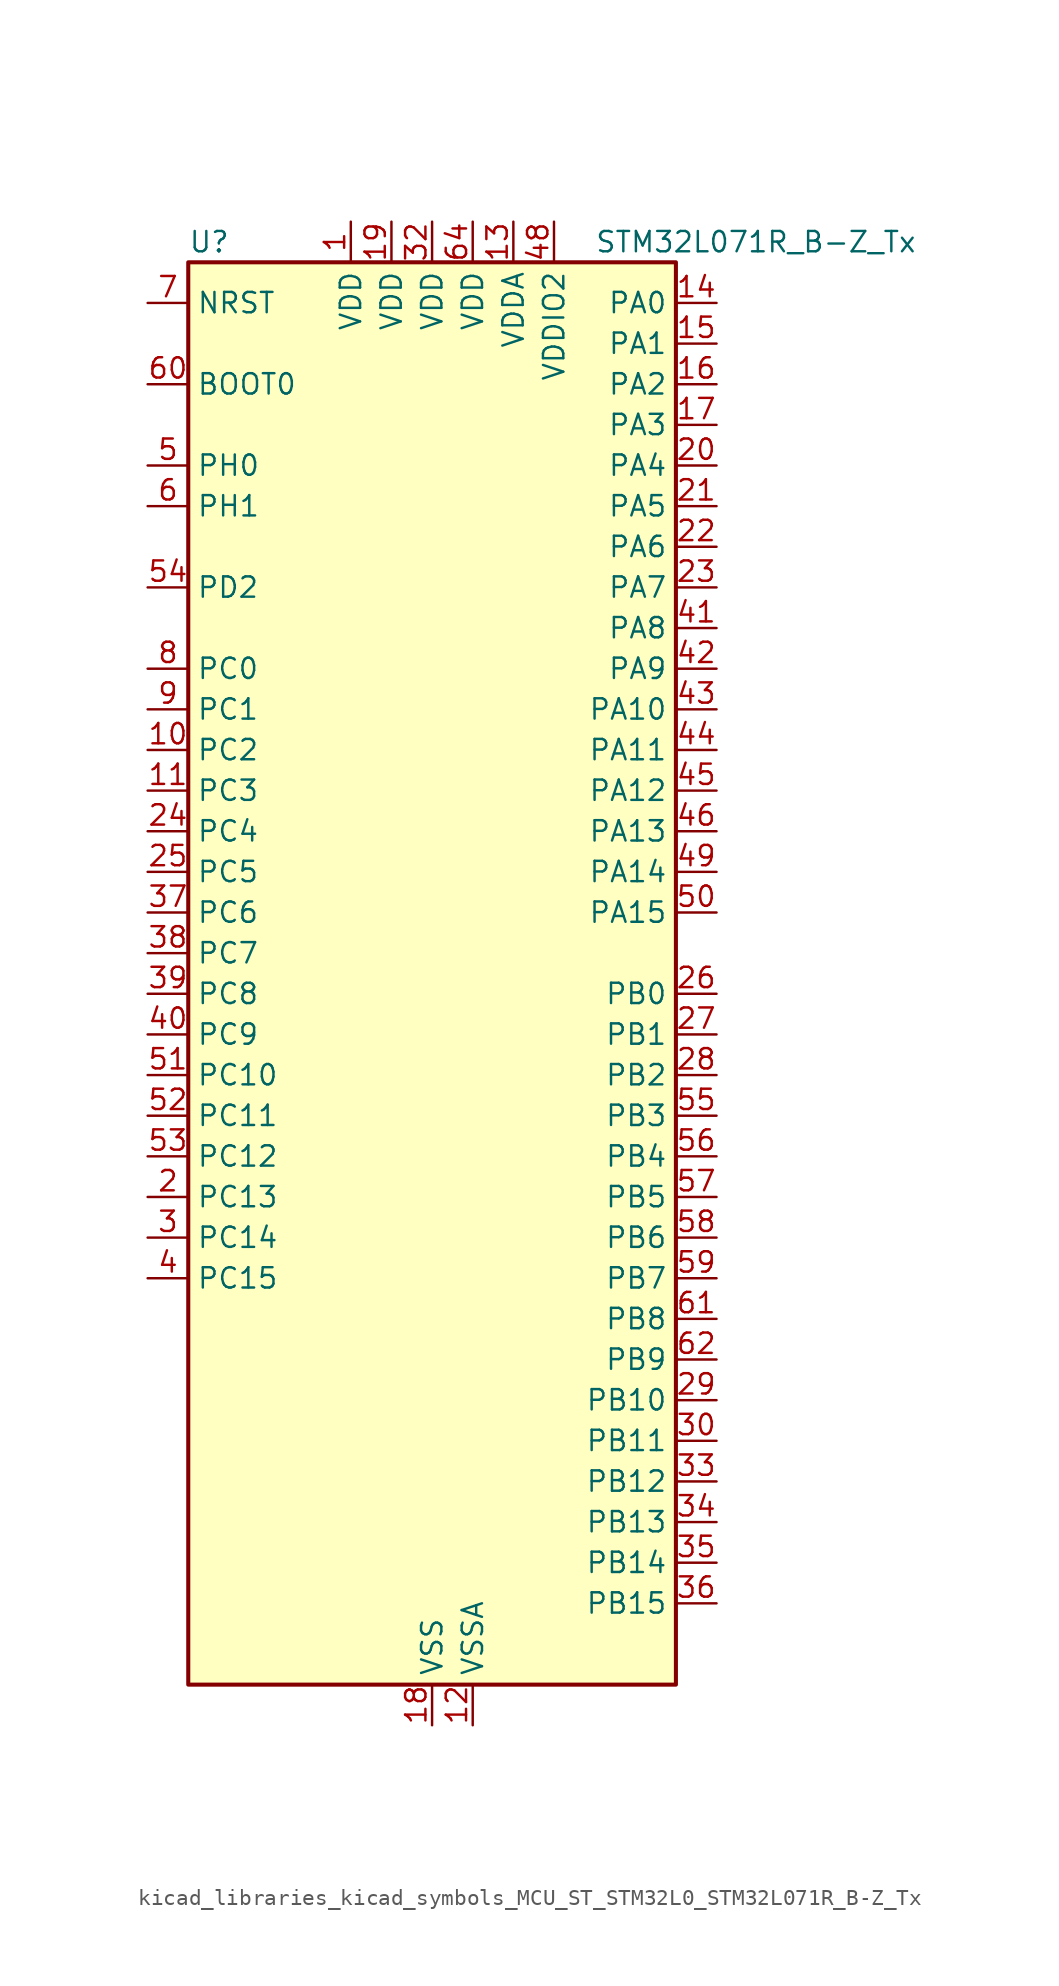
<source format=kicad_sym>
(kicad_symbol_lib
  (version 20220914)
  (generator kicad_symbol_editor)
  (symbol "kicad_libraries_kicad_symbols_MCU_ST_STM32L0_STM32L071R_B-Z_Tx"
    (property "Reference" "U"
      (at -15.24 46.99 0)
      (effects (font (size 1.27 1.27)) (justify left)))
    (property "Value" "STM32L071R_B-Z_Tx"
      (at 10.16 46.99 0)
      (effects (font (size 1.27 1.27)) (justify left)))
    (property "ki_locked" ""
      (at 0 0 0)
      (effects (font (size 1.27 1.27))))
    (symbol "kicad_libraries_kicad_symbols_MCU_ST_STM32L0_STM32L071R_B-Z_Tx_0_1"
      (rectangle (start -15.24 -43.18) (end 15.24 45.72) (stroke (width 0.254) (type default)) (fill (type background))))
    (symbol "kicad_libraries_kicad_symbols_MCU_ST_STM32L0_STM32L071R_B-Z_Tx_1_1"
      (pin power_in line (at -5.08 48.26 270) (length 2.54) (name "VDD" (effects (font (size 1.27 1.27)))) (number "1" (effects (font (size 1.27 1.27)))))
      (pin bidirectional line (at -17.78 15.24 0) (length 2.54) (name "PC2" (effects (font (size 1.27 1.27)))) (number "10" (effects (font (size 1.27 1.27)))) (alternate "ADC_IN12" bidirectional line) (alternate "I2S2_MCK" bidirectional line) (alternate "LPTIM1_IN2" bidirectional line) (alternate "SPI2_MISO" bidirectional line))
      (pin bidirectional line (at -17.78 12.7 0) (length 2.54) (name "PC3" (effects (font (size 1.27 1.27)))) (number "11" (effects (font (size 1.27 1.27)))) (alternate "ADC_IN13" bidirectional line) (alternate "I2S2_SD" bidirectional line) (alternate "LPTIM1_ETR" bidirectional line) (alternate "SPI2_MOSI" bidirectional line))
      (pin power_in line (at 2.54 -45.72 90) (length 2.54) (name "VSSA" (effects (font (size 1.27 1.27)))) (number "12" (effects (font (size 1.27 1.27)))))
      (pin power_in line (at 5.08 48.26 270) (length 2.54) (name "VDDA" (effects (font (size 1.27 1.27)))) (number "13" (effects (font (size 1.27 1.27)))))
      (pin bidirectional line (at 17.78 43.18 180) (length 2.54) (name "PA0" (effects (font (size 1.27 1.27)))) (number "14" (effects (font (size 1.27 1.27)))) (alternate "ADC_IN0" bidirectional line) (alternate "COMP1_INM" bidirectional line) (alternate "COMP1_OUT" bidirectional line) (alternate "RTC_TAMP2" bidirectional line) (alternate "SYS_WKUP1" bidirectional line) (alternate "TIM2_CH1" bidirectional line) (alternate "TIM2_ETR" bidirectional line) (alternate "USART2_CTS" bidirectional line) (alternate "USART4_TX" bidirectional line))
      (pin bidirectional line (at 17.78 40.64 180) (length 2.54) (name "PA1" (effects (font (size 1.27 1.27)))) (number "15" (effects (font (size 1.27 1.27)))) (alternate "ADC_IN1" bidirectional line) (alternate "COMP1_INP" bidirectional line) (alternate "TIM21_ETR" bidirectional line) (alternate "TIM2_CH2" bidirectional line) (alternate "USART2_DE" bidirectional line) (alternate "USART2_RTS" bidirectional line) (alternate "USART4_RX" bidirectional line))
      (pin bidirectional line (at 17.78 38.1 180) (length 2.54) (name "PA2" (effects (font (size 1.27 1.27)))) (number "16" (effects (font (size 1.27 1.27)))) (alternate "ADC_IN2" bidirectional line) (alternate "COMP2_INM" bidirectional line) (alternate "COMP2_OUT" bidirectional line) (alternate "LPUART1_TX" bidirectional line) (alternate "TIM21_CH1" bidirectional line) (alternate "TIM2_CH3" bidirectional line) (alternate "USART2_TX" bidirectional line))
      (pin bidirectional line (at 17.78 35.56 180) (length 2.54) (name "PA3" (effects (font (size 1.27 1.27)))) (number "17" (effects (font (size 1.27 1.27)))) (alternate "ADC_IN3" bidirectional line) (alternate "COMP2_INP" bidirectional line) (alternate "LPUART1_RX" bidirectional line) (alternate "TIM21_CH2" bidirectional line) (alternate "TIM2_CH4" bidirectional line) (alternate "USART2_RX" bidirectional line))
      (pin power_in line (at 0 -45.72 90) (length 2.54) (name "VSS" (effects (font (size 1.27 1.27)))) (number "18" (effects (font (size 1.27 1.27)))))
      (pin power_in line (at -2.54 48.26 270) (length 2.54) (name "VDD" (effects (font (size 1.27 1.27)))) (number "19" (effects (font (size 1.27 1.27)))))
      (pin bidirectional line (at -17.78 -12.7 0) (length 2.54) (name "PC13" (effects (font (size 1.27 1.27)))) (number "2" (effects (font (size 1.27 1.27)))) (alternate "RTC_OUT_ALARM" bidirectional line) (alternate "RTC_OUT_CALIB" bidirectional line) (alternate "RTC_TAMP1" bidirectional line) (alternate "RTC_TS" bidirectional line) (alternate "SYS_WKUP2" bidirectional line))
      (pin bidirectional line (at 17.78 33.02 180) (length 2.54) (name "PA4" (effects (font (size 1.27 1.27)))) (number "20" (effects (font (size 1.27 1.27)))) (alternate "ADC_IN4" bidirectional line) (alternate "COMP1_INM" bidirectional line) (alternate "COMP2_INM" bidirectional line) (alternate "SPI1_NSS" bidirectional line) (alternate "TIM22_ETR" bidirectional line) (alternate "USART2_CK" bidirectional line))
      (pin bidirectional line (at 17.78 30.48 180) (length 2.54) (name "PA5" (effects (font (size 1.27 1.27)))) (number "21" (effects (font (size 1.27 1.27)))) (alternate "ADC_IN5" bidirectional line) (alternate "COMP1_INM" bidirectional line) (alternate "COMP2_INM" bidirectional line) (alternate "SPI1_SCK" bidirectional line) (alternate "TIM2_CH1" bidirectional line) (alternate "TIM2_ETR" bidirectional line))
      (pin bidirectional line (at 17.78 27.94 180) (length 2.54) (name "PA6" (effects (font (size 1.27 1.27)))) (number "22" (effects (font (size 1.27 1.27)))) (alternate "ADC_IN6" bidirectional line) (alternate "COMP1_OUT" bidirectional line) (alternate "LPUART1_CTS" bidirectional line) (alternate "SPI1_MISO" bidirectional line) (alternate "TIM22_CH1" bidirectional line) (alternate "TIM3_CH1" bidirectional line))
      (pin bidirectional line (at 17.78 25.4 180) (length 2.54) (name "PA7" (effects (font (size 1.27 1.27)))) (number "23" (effects (font (size 1.27 1.27)))) (alternate "ADC_IN7" bidirectional line) (alternate "COMP2_OUT" bidirectional line) (alternate "SPI1_MOSI" bidirectional line) (alternate "TIM22_CH2" bidirectional line) (alternate "TIM3_CH2" bidirectional line))
      (pin bidirectional line (at -17.78 10.16 0) (length 2.54) (name "PC4" (effects (font (size 1.27 1.27)))) (number "24" (effects (font (size 1.27 1.27)))) (alternate "ADC_IN14" bidirectional line) (alternate "LPUART1_TX" bidirectional line))
      (pin bidirectional line (at -17.78 7.62 0) (length 2.54) (name "PC5" (effects (font (size 1.27 1.27)))) (number "25" (effects (font (size 1.27 1.27)))) (alternate "ADC_IN15" bidirectional line) (alternate "LPUART1_RX" bidirectional line))
      (pin bidirectional line (at 17.78 0 180) (length 2.54) (name "PB0" (effects (font (size 1.27 1.27)))) (number "26" (effects (font (size 1.27 1.27)))) (alternate "ADC_IN8" bidirectional line) (alternate "SYS_VREF_OUT_PB0" bidirectional line) (alternate "TIM3_CH3" bidirectional line))
      (pin bidirectional line (at 17.78 -2.54 180) (length 2.54) (name "PB1" (effects (font (size 1.27 1.27)))) (number "27" (effects (font (size 1.27 1.27)))) (alternate "ADC_IN9" bidirectional line) (alternate "LPUART1_DE" bidirectional line) (alternate "LPUART1_RTS" bidirectional line) (alternate "SYS_VREF_OUT_PB1" bidirectional line) (alternate "TIM3_CH4" bidirectional line))
      (pin bidirectional line (at 17.78 -5.08 180) (length 2.54) (name "PB2" (effects (font (size 1.27 1.27)))) (number "28" (effects (font (size 1.27 1.27)))) (alternate "I2C3_SMBA" bidirectional line) (alternate "LPTIM1_OUT" bidirectional line))
      (pin bidirectional line (at 17.78 -25.4 180) (length 2.54) (name "PB10" (effects (font (size 1.27 1.27)))) (number "29" (effects (font (size 1.27 1.27)))) (alternate "I2C2_SCL" bidirectional line) (alternate "LPUART1_RX" bidirectional line) (alternate "LPUART1_TX" bidirectional line) (alternate "SPI2_SCK" bidirectional line) (alternate "TIM2_CH3" bidirectional line))
      (pin bidirectional line (at -17.78 -15.24 0) (length 2.54) (name "PC14" (effects (font (size 1.27 1.27)))) (number "3" (effects (font (size 1.27 1.27)))) (alternate "RCC_OSC32_IN" bidirectional line))
      (pin bidirectional line (at 17.78 -27.94 180) (length 2.54) (name "PB11" (effects (font (size 1.27 1.27)))) (number "30" (effects (font (size 1.27 1.27)))) (alternate "ADC_EXTI11" bidirectional line) (alternate "I2C2_SDA" bidirectional line) (alternate "LPUART1_RX" bidirectional line) (alternate "LPUART1_TX" bidirectional line) (alternate "TIM2_CH4" bidirectional line))
      (pin passive line (at 0 -45.72 90) (length 2.54) hide (name "VSS" (effects (font (size 1.27 1.27)))) (number "31" (effects (font (size 1.27 1.27)))))
      (pin power_in line (at 0 48.26 270) (length 2.54) (name "VDD" (effects (font (size 1.27 1.27)))) (number "32" (effects (font (size 1.27 1.27)))))
      (pin bidirectional line (at 17.78 -30.48 180) (length 2.54) (name "PB12" (effects (font (size 1.27 1.27)))) (number "33" (effects (font (size 1.27 1.27)))) (alternate "I2S2_WS" bidirectional line) (alternate "LPUART1_DE" bidirectional line) (alternate "LPUART1_RTS" bidirectional line) (alternate "SPI2_NSS" bidirectional line))
      (pin bidirectional line (at 17.78 -33.02 180) (length 2.54) (name "PB13" (effects (font (size 1.27 1.27)))) (number "34" (effects (font (size 1.27 1.27)))) (alternate "I2C2_SCL" bidirectional line) (alternate "I2S2_CK" bidirectional line) (alternate "LPUART1_CTS" bidirectional line) (alternate "RCC_MCO" bidirectional line) (alternate "SPI2_SCK" bidirectional line) (alternate "TIM21_CH1" bidirectional line))
      (pin bidirectional line (at 17.78 -35.56 180) (length 2.54) (name "PB14" (effects (font (size 1.27 1.27)))) (number "35" (effects (font (size 1.27 1.27)))) (alternate "I2C2_SDA" bidirectional line) (alternate "I2S2_MCK" bidirectional line) (alternate "LPUART1_DE" bidirectional line) (alternate "LPUART1_RTS" bidirectional line) (alternate "RTC_OUT_ALARM" bidirectional line) (alternate "RTC_OUT_CALIB" bidirectional line) (alternate "SPI2_MISO" bidirectional line) (alternate "TIM21_CH2" bidirectional line))
      (pin bidirectional line (at 17.78 -38.1 180) (length 2.54) (name "PB15" (effects (font (size 1.27 1.27)))) (number "36" (effects (font (size 1.27 1.27)))) (alternate "I2S2_SD" bidirectional line) (alternate "RTC_REFIN" bidirectional line) (alternate "SPI2_MOSI" bidirectional line))
      (pin bidirectional line (at -17.78 5.08 0) (length 2.54) (name "PC6" (effects (font (size 1.27 1.27)))) (number "37" (effects (font (size 1.27 1.27)))) (alternate "TIM22_CH1" bidirectional line) (alternate "TIM3_CH1" bidirectional line))
      (pin bidirectional line (at -17.78 2.54 0) (length 2.54) (name "PC7" (effects (font (size 1.27 1.27)))) (number "38" (effects (font (size 1.27 1.27)))) (alternate "TIM22_CH2" bidirectional line) (alternate "TIM3_CH2" bidirectional line))
      (pin bidirectional line (at -17.78 0 0) (length 2.54) (name "PC8" (effects (font (size 1.27 1.27)))) (number "39" (effects (font (size 1.27 1.27)))) (alternate "TIM22_ETR" bidirectional line) (alternate "TIM3_CH3" bidirectional line))
      (pin bidirectional line (at -17.78 -17.78 0) (length 2.54) (name "PC15" (effects (font (size 1.27 1.27)))) (number "4" (effects (font (size 1.27 1.27)))) (alternate "RCC_OSC32_OUT" bidirectional line))
      (pin bidirectional line (at -17.78 -2.54 0) (length 2.54) (name "PC9" (effects (font (size 1.27 1.27)))) (number "40" (effects (font (size 1.27 1.27)))) (alternate "I2C3_SDA" bidirectional line) (alternate "TIM21_ETR" bidirectional line) (alternate "TIM3_CH4" bidirectional line))
      (pin bidirectional line (at 17.78 22.86 180) (length 2.54) (name "PA8" (effects (font (size 1.27 1.27)))) (number "41" (effects (font (size 1.27 1.27)))) (alternate "I2C3_SCL" bidirectional line) (alternate "RCC_MCO" bidirectional line) (alternate "USART1_CK" bidirectional line))
      (pin bidirectional line (at 17.78 20.32 180) (length 2.54) (name "PA9" (effects (font (size 1.27 1.27)))) (number "42" (effects (font (size 1.27 1.27)))) (alternate "I2C1_SCL" bidirectional line) (alternate "I2C3_SMBA" bidirectional line) (alternate "RCC_MCO" bidirectional line) (alternate "USART1_TX" bidirectional line))
      (pin bidirectional line (at 17.78 17.78 180) (length 2.54) (name "PA10" (effects (font (size 1.27 1.27)))) (number "43" (effects (font (size 1.27 1.27)))) (alternate "I2C1_SDA" bidirectional line) (alternate "USART1_RX" bidirectional line))
      (pin bidirectional line (at 17.78 15.24 180) (length 2.54) (name "PA11" (effects (font (size 1.27 1.27)))) (number "44" (effects (font (size 1.27 1.27)))) (alternate "ADC_EXTI11" bidirectional line) (alternate "COMP1_OUT" bidirectional line) (alternate "SPI1_MISO" bidirectional line) (alternate "USART1_CTS" bidirectional line))
      (pin bidirectional line (at 17.78 12.7 180) (length 2.54) (name "PA12" (effects (font (size 1.27 1.27)))) (number "45" (effects (font (size 1.27 1.27)))) (alternate "COMP2_OUT" bidirectional line) (alternate "SPI1_MOSI" bidirectional line) (alternate "USART1_DE" bidirectional line) (alternate "USART1_RTS" bidirectional line))
      (pin bidirectional line (at 17.78 10.16 180) (length 2.54) (name "PA13" (effects (font (size 1.27 1.27)))) (number "46" (effects (font (size 1.27 1.27)))) (alternate "LPUART1_RX" bidirectional line) (alternate "SYS_SWDIO" bidirectional line))
      (pin passive line (at 0 -45.72 90) (length 2.54) hide (name "VSS" (effects (font (size 1.27 1.27)))) (number "47" (effects (font (size 1.27 1.27)))))
      (pin power_in line (at 7.62 48.26 270) (length 2.54) (name "VDDIO2" (effects (font (size 1.27 1.27)))) (number "48" (effects (font (size 1.27 1.27)))))
      (pin bidirectional line (at 17.78 7.62 180) (length 2.54) (name "PA14" (effects (font (size 1.27 1.27)))) (number "49" (effects (font (size 1.27 1.27)))) (alternate "LPUART1_TX" bidirectional line) (alternate "SYS_SWCLK" bidirectional line) (alternate "USART2_TX" bidirectional line))
      (pin bidirectional line (at -17.78 33.02 0) (length 2.54) (name "PH0" (effects (font (size 1.27 1.27)))) (number "5" (effects (font (size 1.27 1.27)))) (alternate "RCC_OSC_IN" bidirectional line))
      (pin bidirectional line (at 17.78 5.08 180) (length 2.54) (name "PA15" (effects (font (size 1.27 1.27)))) (number "50" (effects (font (size 1.27 1.27)))) (alternate "SPI1_NSS" bidirectional line) (alternate "TIM2_CH1" bidirectional line) (alternate "TIM2_ETR" bidirectional line) (alternate "USART2_RX" bidirectional line) (alternate "USART4_DE" bidirectional line) (alternate "USART4_RTS" bidirectional line))
      (pin bidirectional line (at -17.78 -5.08 0) (length 2.54) (name "PC10" (effects (font (size 1.27 1.27)))) (number "51" (effects (font (size 1.27 1.27)))) (alternate "LPUART1_TX" bidirectional line) (alternate "USART4_TX" bidirectional line))
      (pin bidirectional line (at -17.78 -7.62 0) (length 2.54) (name "PC11" (effects (font (size 1.27 1.27)))) (number "52" (effects (font (size 1.27 1.27)))) (alternate "ADC_EXTI11" bidirectional line) (alternate "LPUART1_RX" bidirectional line) (alternate "USART4_RX" bidirectional line))
      (pin bidirectional line (at -17.78 -10.16 0) (length 2.54) (name "PC12" (effects (font (size 1.27 1.27)))) (number "53" (effects (font (size 1.27 1.27)))) (alternate "USART4_CK" bidirectional line) (alternate "USART5_TX" bidirectional line))
      (pin bidirectional line (at -17.78 25.4 0) (length 2.54) (name "PD2" (effects (font (size 1.27 1.27)))) (number "54" (effects (font (size 1.27 1.27)))) (alternate "LPUART1_DE" bidirectional line) (alternate "LPUART1_RTS" bidirectional line) (alternate "TIM3_ETR" bidirectional line) (alternate "USART5_RX" bidirectional line))
      (pin bidirectional line (at 17.78 -7.62 180) (length 2.54) (name "PB3" (effects (font (size 1.27 1.27)))) (number "55" (effects (font (size 1.27 1.27)))) (alternate "COMP2_INM" bidirectional line) (alternate "SPI1_SCK" bidirectional line) (alternate "TIM2_CH2" bidirectional line) (alternate "USART1_DE" bidirectional line) (alternate "USART1_RTS" bidirectional line) (alternate "USART5_TX" bidirectional line))
      (pin bidirectional line (at 17.78 -10.16 180) (length 2.54) (name "PB4" (effects (font (size 1.27 1.27)))) (number "56" (effects (font (size 1.27 1.27)))) (alternate "COMP2_INP" bidirectional line) (alternate "I2C3_SDA" bidirectional line) (alternate "SPI1_MISO" bidirectional line) (alternate "TIM22_CH1" bidirectional line) (alternate "TIM3_CH1" bidirectional line) (alternate "USART1_CTS" bidirectional line) (alternate "USART5_RX" bidirectional line))
      (pin bidirectional line (at 17.78 -12.7 180) (length 2.54) (name "PB5" (effects (font (size 1.27 1.27)))) (number "57" (effects (font (size 1.27 1.27)))) (alternate "COMP2_INP" bidirectional line) (alternate "I2C1_SMBA" bidirectional line) (alternate "LPTIM1_IN1" bidirectional line) (alternate "SPI1_MOSI" bidirectional line) (alternate "TIM22_CH2" bidirectional line) (alternate "TIM3_CH2" bidirectional line) (alternate "USART1_CK" bidirectional line) (alternate "USART5_CK" bidirectional line) (alternate "USART5_DE" bidirectional line) (alternate "USART5_RTS" bidirectional line))
      (pin bidirectional line (at 17.78 -15.24 180) (length 2.54) (name "PB6" (effects (font (size 1.27 1.27)))) (number "58" (effects (font (size 1.27 1.27)))) (alternate "COMP2_INP" bidirectional line) (alternate "I2C1_SCL" bidirectional line) (alternate "LPTIM1_ETR" bidirectional line) (alternate "USART1_TX" bidirectional line))
      (pin bidirectional line (at 17.78 -17.78 180) (length 2.54) (name "PB7" (effects (font (size 1.27 1.27)))) (number "59" (effects (font (size 1.27 1.27)))) (alternate "COMP2_INP" bidirectional line) (alternate "I2C1_SDA" bidirectional line) (alternate "LPTIM1_IN2" bidirectional line) (alternate "SYS_PVD_IN" bidirectional line) (alternate "USART1_RX" bidirectional line) (alternate "USART4_CTS" bidirectional line))
      (pin bidirectional line (at -17.78 30.48 0) (length 2.54) (name "PH1" (effects (font (size 1.27 1.27)))) (number "6" (effects (font (size 1.27 1.27)))) (alternate "RCC_OSC_OUT" bidirectional line))
      (pin input line (at -17.78 38.1 0) (length 2.54) (name "BOOT0" (effects (font (size 1.27 1.27)))) (number "60" (effects (font (size 1.27 1.27)))))
      (pin bidirectional line (at 17.78 -20.32 180) (length 2.54) (name "PB8" (effects (font (size 1.27 1.27)))) (number "61" (effects (font (size 1.27 1.27)))) (alternate "I2C1_SCL" bidirectional line))
      (pin bidirectional line (at 17.78 -22.86 180) (length 2.54) (name "PB9" (effects (font (size 1.27 1.27)))) (number "62" (effects (font (size 1.27 1.27)))) (alternate "I2C1_SDA" bidirectional line) (alternate "I2S2_WS" bidirectional line) (alternate "SPI2_NSS" bidirectional line))
      (pin passive line (at 0 -45.72 90) (length 2.54) hide (name "VSS" (effects (font (size 1.27 1.27)))) (number "63" (effects (font (size 1.27 1.27)))))
      (pin power_in line (at 2.54 48.26 270) (length 2.54) (name "VDD" (effects (font (size 1.27 1.27)))) (number "64" (effects (font (size 1.27 1.27)))))
      (pin input line (at -17.78 43.18 0) (length 2.54) (name "NRST" (effects (font (size 1.27 1.27)))) (number "7" (effects (font (size 1.27 1.27)))))
      (pin bidirectional line (at -17.78 20.32 0) (length 2.54) (name "PC0" (effects (font (size 1.27 1.27)))) (number "8" (effects (font (size 1.27 1.27)))) (alternate "ADC_IN10" bidirectional line) (alternate "I2C3_SCL" bidirectional line) (alternate "LPTIM1_IN1" bidirectional line) (alternate "LPUART1_RX" bidirectional line))
      (pin bidirectional line (at -17.78 17.78 0) (length 2.54) (name "PC1" (effects (font (size 1.27 1.27)))) (number "9" (effects (font (size 1.27 1.27)))) (alternate "ADC_IN11" bidirectional line) (alternate "I2C3_SDA" bidirectional line) (alternate "LPTIM1_OUT" bidirectional line) (alternate "LPUART1_TX" bidirectional line)))))
</source>
